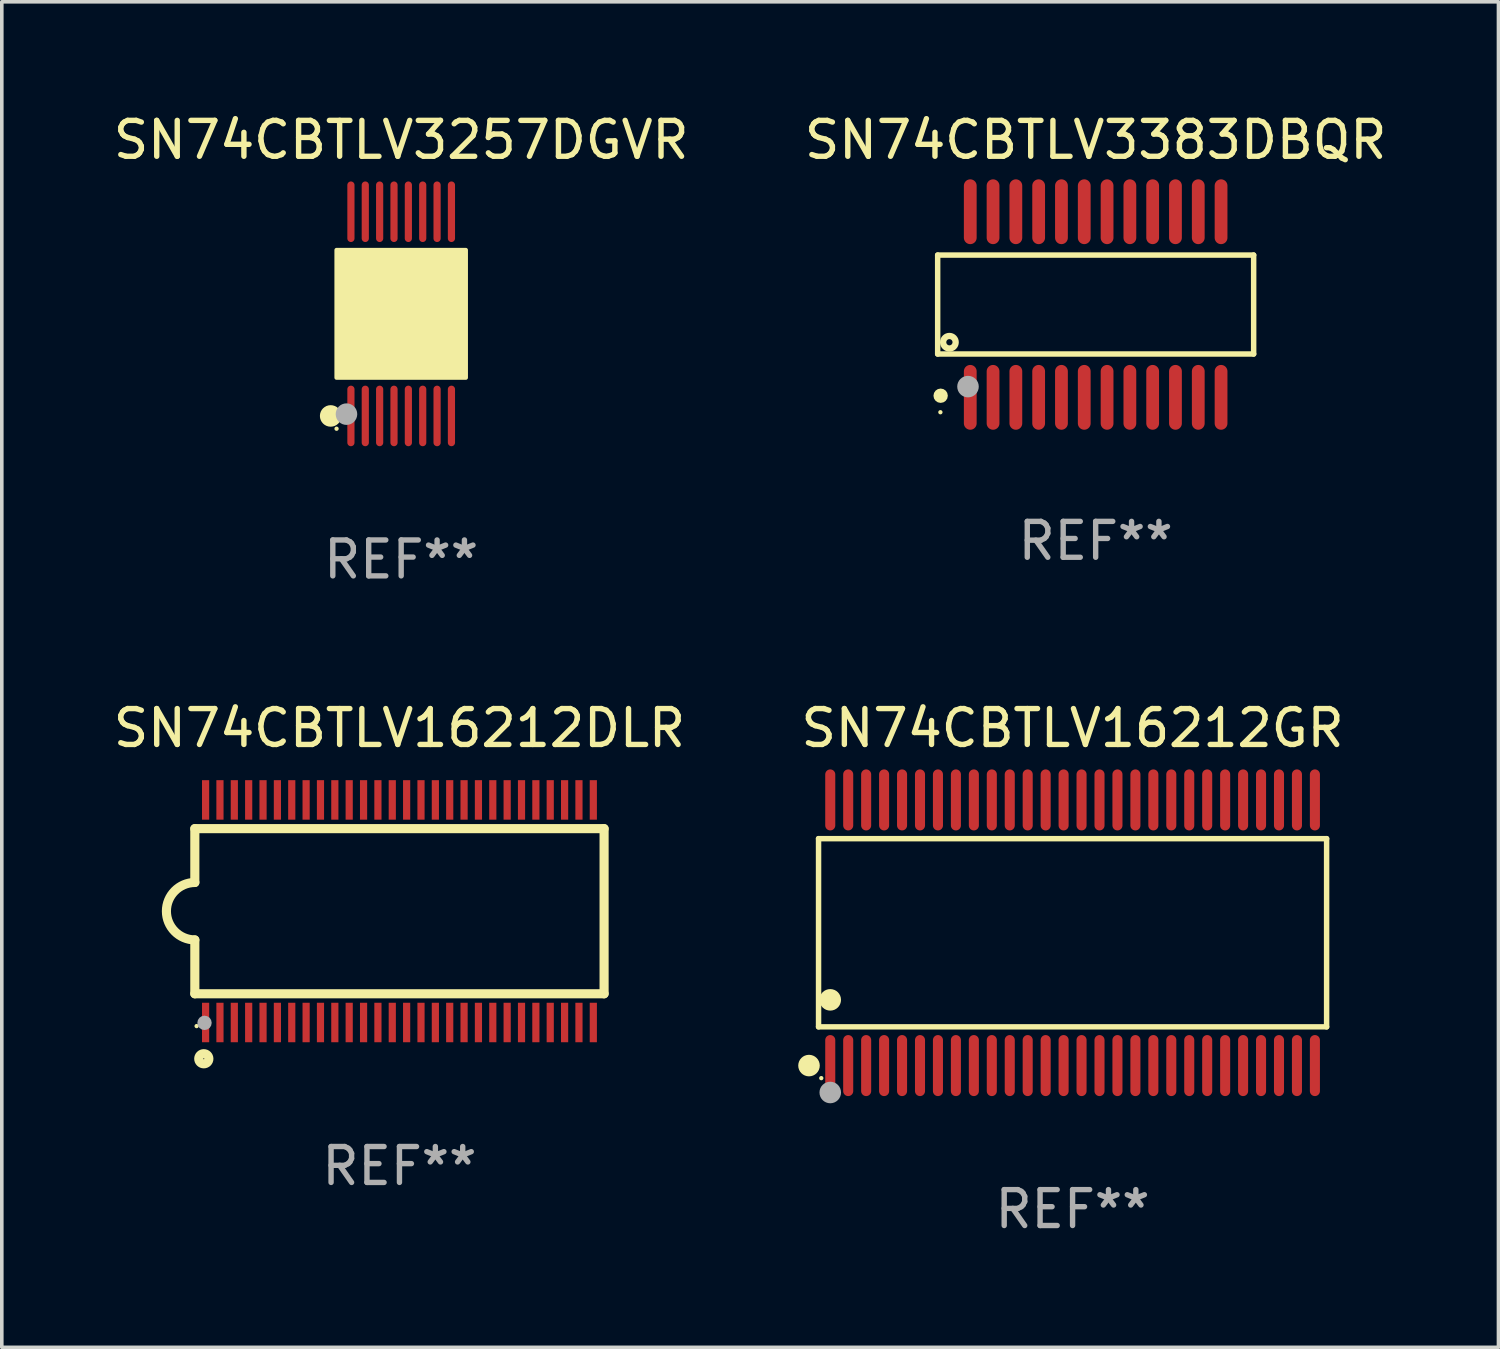
<source format=kicad_pcb>
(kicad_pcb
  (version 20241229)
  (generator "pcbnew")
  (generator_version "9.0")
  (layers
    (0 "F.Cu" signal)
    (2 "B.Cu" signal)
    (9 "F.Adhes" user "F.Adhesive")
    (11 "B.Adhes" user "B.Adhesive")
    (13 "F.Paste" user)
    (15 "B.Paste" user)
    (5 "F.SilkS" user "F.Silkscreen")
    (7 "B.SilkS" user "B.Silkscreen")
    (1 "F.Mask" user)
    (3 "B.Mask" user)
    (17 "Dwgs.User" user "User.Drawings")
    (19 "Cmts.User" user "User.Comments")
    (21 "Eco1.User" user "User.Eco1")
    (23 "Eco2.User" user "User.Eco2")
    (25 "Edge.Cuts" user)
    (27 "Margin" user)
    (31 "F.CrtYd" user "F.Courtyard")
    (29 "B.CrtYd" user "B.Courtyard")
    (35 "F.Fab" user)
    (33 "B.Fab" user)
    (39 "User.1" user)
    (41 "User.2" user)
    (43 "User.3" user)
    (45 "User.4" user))
  (footprint "SN74CBTLV3257DGVR"
    (layer "F.Cu")
    (at 8.125 5.692)
    (property "Reference" "SN74CBTLV3257DGVR" (at 0 -4.844 0) (layer "F.SilkS") (effects (font (size 1 1) (thickness 0.15))))
    (attr through_hole)
    (fp_circle (center -1.964 2.844) (end -1.814 2.844) (stroke (width 0.3) (type solid)) (fill no) (layer "F.SilkS"))
    (fp_circle (center -1.8 3.2) (end -1.77 3.2) (stroke (width 0.06) (type solid)) (fill no) (layer "F.SilkS"))
    (fp_circle (center -1.4 1.019) (end -1.25 1.019) (stroke (width 0.3) (type solid)) (fill no) (layer "F.SilkS"))
    (fp_poly (pts (xy -1.8 -1.778) (xy 1.8 -1.778) (xy 1.8 1.778) (xy -1.8 1.778)) (stroke (width 0.12) (type solid)) (fill yes) (layer "F.SilkS"))
    (fp_circle (center -1.524 2.794) (end -1.374 2.794) (stroke (width 0.3) (type solid)) (fill no) (layer "F.Fab"))
    (fp_text user "REF**" (at 0 6.844 0) (layer "F.Fab") (effects (font (size 1 1) (thickness 0.15))))
    (pad "1" smd oval (at -1.4 2.844) (size 0.2 1.687) (layers "F.Cu" "F.Mask" "F.Paste"))
    (pad "2" smd oval (at -1 2.844) (size 0.2 1.687) (layers "F.Cu" "F.Mask" "F.Paste"))
    (pad "3" smd oval (at -0.6 2.844) (size 0.2 1.687) (layers "F.Cu" "F.Mask" "F.Paste"))
    (pad "4" smd oval (at -0.2 2.844) (size 0.2 1.687) (layers "F.Cu" "F.Mask" "F.Paste"))
    (pad "5" smd oval (at 0.2 2.844) (size 0.2 1.687) (layers "F.Cu" "F.Mask" "F.Paste"))
    (pad "6" smd oval (at 0.6 2.844) (size 0.2 1.687) (layers "F.Cu" "F.Mask" "F.Paste"))
    (pad "7" smd oval (at 1 2.844) (size 0.2 1.687) (layers "F.Cu" "F.Mask" "F.Paste"))
    (pad "8" smd oval (at 1.4 2.844) (size 0.2 1.687) (layers "F.Cu" "F.Mask" "F.Paste"))
    (pad "9" smd oval (at 1.4 -2.844) (size 0.2 1.687) (layers "F.Cu" "F.Mask" "F.Paste"))
    (pad "10" smd oval (at 1 -2.844) (size 0.2 1.687) (layers "F.Cu" "F.Mask" "F.Paste"))
    (pad "11" smd oval (at 0.6 -2.844) (size 0.2 1.687) (layers "F.Cu" "F.Mask" "F.Paste"))
    (pad "12" smd oval (at 0.2 -2.844) (size 0.2 1.687) (layers "F.Cu" "F.Mask" "F.Paste"))
    (pad "13" smd oval (at -0.2 -2.844) (size 0.2 1.687) (layers "F.Cu" "F.Mask" "F.Paste"))
    (pad "14" smd oval (at -0.6 -2.844) (size 0.2 1.687) (layers "F.Cu" "F.Mask" "F.Paste"))
    (pad "15" smd oval (at -1 -2.844) (size 0.2 1.687) (layers "F.Cu" "F.Mask" "F.Paste"))
    (pad "16" smd oval (at -1.4 -2.844) (size 0.2 1.687) (layers "F.Cu" "F.Mask" "F.Paste")))
  (footprint "SN74CBTLV16212GR"
    (layer "F.Cu")
    (at 26.827 22.932)
    (property "Reference" "SN74CBTLV16212GR" (at 0 -5.7 0) (layer "F.SilkS") (effects (font (size 1 1) (thickness 0.15))))
    (attr through_hole)
    (fp_line (start -7.076 -2.621) (end 7.076 -2.621) (stroke (width 0.152) (type solid)) (layer "F.SilkS"))
    (fp_line (start -7.076 2.621) (end -7.076 -2.621) (stroke (width 0.152) (type solid)) (layer "F.SilkS"))
    (fp_line (start 7.076 -2.621) (end 7.076 2.621) (stroke (width 0.152) (type solid)) (layer "F.SilkS"))
    (fp_line (start 7.076 2.621) (end -7.076 2.621) (stroke (width 0.152) (type solid)) (layer "F.SilkS"))
    (fp_circle (center -7.342 3.7) (end -7.192 3.7) (stroke (width 0.3) (type solid)) (fill no) (layer "F.SilkS"))
    (fp_circle (center -7 4.05) (end -6.97 4.05) (stroke (width 0.06) (type solid)) (fill no) (layer "F.SilkS"))
    (fp_circle (center -6.75 1.869) (end -6.6 1.869) (stroke (width 0.3) (type solid)) (fill no) (layer "F.SilkS"))
    (fp_circle (center -6.75 4.45) (end -6.6 4.45) (stroke (width 0.3) (type solid)) (fill no) (layer "F.Fab"))
    (fp_text user "REF**" (at 0 7.7 0) (layer "F.Fab") (effects (font (size 1 1) (thickness 0.15))))
    (pad "1" smd oval (at -6.75 3.7) (size 0.28 1.7) (layers "F.Cu" "F.Mask" "F.Paste"))
    (pad "2" smd oval (at -6.25 3.7) (size 0.28 1.7) (layers "F.Cu" "F.Mask" "F.Paste"))
    (pad "3" smd oval (at -5.75 3.7) (size 0.28 1.7) (layers "F.Cu" "F.Mask" "F.Paste"))
    (pad "4" smd oval (at -5.25 3.7) (size 0.28 1.7) (layers "F.Cu" "F.Mask" "F.Paste"))
    (pad "5" smd oval (at -4.75 3.7) (size 0.28 1.7) (layers "F.Cu" "F.Mask" "F.Paste"))
    (pad "6" smd oval (at -4.25 3.7) (size 0.28 1.7) (layers "F.Cu" "F.Mask" "F.Paste"))
    (pad "7" smd oval (at -3.75 3.7) (size 0.28 1.7) (layers "F.Cu" "F.Mask" "F.Paste"))
    (pad "8" smd oval (at -3.25 3.7) (size 0.28 1.7) (layers "F.Cu" "F.Mask" "F.Paste"))
    (pad "9" smd oval (at -2.75 3.7) (size 0.28 1.7) (layers "F.Cu" "F.Mask" "F.Paste"))
    (pad "10" smd oval (at -2.25 3.7) (size 0.28 1.7) (layers "F.Cu" "F.Mask" "F.Paste"))
    (pad "11" smd oval (at -1.75 3.7) (size 0.28 1.7) (layers "F.Cu" "F.Mask" "F.Paste"))
    (pad "12" smd oval (at -1.25 3.7) (size 0.28 1.7) (layers "F.Cu" "F.Mask" "F.Paste"))
    (pad "13" smd oval (at -0.75 3.7) (size 0.28 1.7) (layers "F.Cu" "F.Mask" "F.Paste"))
    (pad "14" smd oval (at -0.25 3.7) (size 0.28 1.7) (layers "F.Cu" "F.Mask" "F.Paste"))
    (pad "15" smd oval (at 0.25 3.7) (size 0.28 1.7) (layers "F.Cu" "F.Mask" "F.Paste"))
    (pad "16" smd oval (at 0.75 3.7) (size 0.28 1.7) (layers "F.Cu" "F.Mask" "F.Paste"))
    (pad "17" smd oval (at 1.25 3.7) (size 0.28 1.7) (layers "F.Cu" "F.Mask" "F.Paste"))
    (pad "18" smd oval (at 1.75 3.7) (size 0.28 1.7) (layers "F.Cu" "F.Mask" "F.Paste"))
    (pad "19" smd oval (at 2.25 3.7) (size 0.28 1.7) (layers "F.Cu" "F.Mask" "F.Paste"))
    (pad "20" smd oval (at 2.75 3.7) (size 0.28 1.7) (layers "F.Cu" "F.Mask" "F.Paste"))
    (pad "21" smd oval (at 3.25 3.7) (size 0.28 1.7) (layers "F.Cu" "F.Mask" "F.Paste"))
    (pad "22" smd oval (at 3.75 3.7) (size 0.28 1.7) (layers "F.Cu" "F.Mask" "F.Paste"))
    (pad "23" smd oval (at 4.25 3.7) (size 0.28 1.7) (layers "F.Cu" "F.Mask" "F.Paste"))
    (pad "24" smd oval (at 4.75 3.7) (size 0.28 1.7) (layers "F.Cu" "F.Mask" "F.Paste"))
    (pad "25" smd oval (at 5.25 3.7) (size 0.28 1.7) (layers "F.Cu" "F.Mask" "F.Paste"))
    (pad "26" smd oval (at 5.75 3.7) (size 0.28 1.7) (layers "F.Cu" "F.Mask" "F.Paste"))
    (pad "27" smd oval (at 6.25 3.7) (size 0.28 1.7) (layers "F.Cu" "F.Mask" "F.Paste"))
    (pad "28" smd oval (at 6.75 3.7) (size 0.28 1.7) (layers "F.Cu" "F.Mask" "F.Paste"))
    (pad "29" smd oval (at 6.75 -3.7) (size 0.28 1.7) (layers "F.Cu" "F.Mask" "F.Paste"))
    (pad "30" smd oval (at 6.25 -3.7) (size 0.28 1.7) (layers "F.Cu" "F.Mask" "F.Paste"))
    (pad "31" smd oval (at 5.75 -3.7) (size 0.28 1.7) (layers "F.Cu" "F.Mask" "F.Paste"))
    (pad "32" smd oval (at 5.25 -3.7) (size 0.28 1.7) (layers "F.Cu" "F.Mask" "F.Paste"))
    (pad "33" smd oval (at 4.75 -3.7) (size 0.28 1.7) (layers "F.Cu" "F.Mask" "F.Paste"))
    (pad "34" smd oval (at 4.25 -3.7) (size 0.28 1.7) (layers "F.Cu" "F.Mask" "F.Paste"))
    (pad "35" smd oval (at 3.75 -3.7) (size 0.28 1.7) (layers "F.Cu" "F.Mask" "F.Paste"))
    (pad "36" smd oval (at 3.25 -3.7) (size 0.28 1.7) (layers "F.Cu" "F.Mask" "F.Paste"))
    (pad "37" smd oval (at 2.75 -3.7) (size 0.28 1.7) (layers "F.Cu" "F.Mask" "F.Paste"))
    (pad "38" smd oval (at 2.25 -3.7) (size 0.28 1.7) (layers "F.Cu" "F.Mask" "F.Paste"))
    (pad "39" smd oval (at 1.75 -3.7) (size 0.28 1.7) (layers "F.Cu" "F.Mask" "F.Paste"))
    (pad "40" smd oval (at 1.25 -3.7) (size 0.28 1.7) (layers "F.Cu" "F.Mask" "F.Paste"))
    (pad "41" smd oval (at 0.75 -3.7) (size 0.28 1.7) (layers "F.Cu" "F.Mask" "F.Paste"))
    (pad "42" smd oval (at 0.25 -3.7) (size 0.28 1.7) (layers "F.Cu" "F.Mask" "F.Paste"))
    (pad "43" smd oval (at -0.25 -3.7) (size 0.28 1.7) (layers "F.Cu" "F.Mask" "F.Paste"))
    (pad "44" smd oval (at -0.75 -3.7) (size 0.28 1.7) (layers "F.Cu" "F.Mask" "F.Paste"))
    (pad "45" smd oval (at -1.25 -3.7) (size 0.28 1.7) (layers "F.Cu" "F.Mask" "F.Paste"))
    (pad "46" smd oval (at -1.75 -3.7) (size 0.28 1.7) (layers "F.Cu" "F.Mask" "F.Paste"))
    (pad "47" smd oval (at -2.25 -3.7) (size 0.28 1.7) (layers "F.Cu" "F.Mask" "F.Paste"))
    (pad "48" smd oval (at -2.75 -3.7) (size 0.28 1.7) (layers "F.Cu" "F.Mask" "F.Paste"))
    (pad "49" smd oval (at -3.25 -3.7) (size 0.28 1.7) (layers "F.Cu" "F.Mask" "F.Paste"))
    (pad "50" smd oval (at -3.75 -3.7) (size 0.28 1.7) (layers "F.Cu" "F.Mask" "F.Paste"))
    (pad "51" smd oval (at -4.25 -3.7) (size 0.28 1.7) (layers "F.Cu" "F.Mask" "F.Paste"))
    (pad "52" smd oval (at -4.75 -3.7) (size 0.28 1.7) (layers "F.Cu" "F.Mask" "F.Paste"))
    (pad "53" smd oval (at -5.25 -3.7) (size 0.28 1.7) (layers "F.Cu" "F.Mask" "F.Paste"))
    (pad "54" smd oval (at -5.75 -3.7) (size 0.28 1.7) (layers "F.Cu" "F.Mask" "F.Paste"))
    (pad "55" smd oval (at -6.25 -3.7) (size 0.28 1.7) (layers "F.Cu" "F.Mask" "F.Paste"))
    (pad "56" smd oval (at -6.75 -3.7) (size 0.28 1.7) (layers "F.Cu" "F.Mask" "F.Paste")))
  (footprint "SN74CBTLV3383DBQR"
    (layer "F.Cu")
    (at 27.47 5.433)
    (property "Reference" "SN74CBTLV3383DBQR" (at 0 -4.585 0) (layer "F.SilkS") (effects (font (size 1 1) (thickness 0.15))))
    (attr through_hole)
    (fp_line (start -4.401 -1.378) (end 4.401 -1.378) (stroke (width 0.152) (type solid)) (layer "F.SilkS"))
    (fp_line (start -4.401 1.378) (end -4.401 -1.378) (stroke (width 0.152) (type solid)) (layer "F.SilkS"))
    (fp_line (start 4.401 -1.378) (end 4.401 1.378) (stroke (width 0.152) (type solid)) (layer "F.SilkS"))
    (fp_line (start 4.401 1.378) (end -4.401 1.378) (stroke (width 0.152) (type solid)) (layer "F.SilkS"))
    (fp_circle (center -4.325 3) (end -4.295 3) (stroke (width 0.06) (type solid)) (fill no) (layer "F.SilkS"))
    (fp_circle (center -4.318 2.54) (end -4.218 2.54) (stroke (width 0.2) (type solid)) (fill no) (layer "F.SilkS"))
    (fp_circle (center -4.074 1.05) (end -3.987 1.05) (stroke (width 0.175) (type solid)) (fill no) (layer "F.SilkS"))
    (fp_circle (center -3.556 2.286) (end -3.406 2.286) (stroke (width 0.3) (type solid)) (fill no) (layer "F.Fab"))
    (fp_text user "REF**" (at 0 6.585 0) (layer "F.Fab") (effects (font (size 1 1) (thickness 0.15))))
    (pad "1" smd oval (at -3.493 2.585) (size 0.356 1.805) (layers "F.Cu" "F.Mask" "F.Paste"))
    (pad "2" smd oval (at -2.858 2.585) (size 0.356 1.805) (layers "F.Cu" "F.Mask" "F.Paste"))
    (pad "3" smd oval (at -2.223 2.585) (size 0.356 1.805) (layers "F.Cu" "F.Mask" "F.Paste"))
    (pad "4" smd oval (at -1.588 2.585) (size 0.356 1.805) (layers "F.Cu" "F.Mask" "F.Paste"))
    (pad "5" smd oval (at -0.953 2.585) (size 0.356 1.805) (layers "F.Cu" "F.Mask" "F.Paste"))
    (pad "6" smd oval (at -0.318 2.585) (size 0.356 1.805) (layers "F.Cu" "F.Mask" "F.Paste"))
    (pad "7" smd oval (at 0.318 2.585) (size 0.356 1.805) (layers "F.Cu" "F.Mask" "F.Paste"))
    (pad "8" smd oval (at 0.953 2.585) (size 0.356 1.805) (layers "F.Cu" "F.Mask" "F.Paste"))
    (pad "9" smd oval (at 1.588 2.585) (size 0.356 1.805) (layers "F.Cu" "F.Mask" "F.Paste"))
    (pad "10" smd oval (at 2.223 2.585) (size 0.356 1.805) (layers "F.Cu" "F.Mask" "F.Paste"))
    (pad "11" smd oval (at 2.858 2.585) (size 0.356 1.805) (layers "F.Cu" "F.Mask" "F.Paste"))
    (pad "12" smd oval (at 3.493 2.585) (size 0.356 1.805) (layers "F.Cu" "F.Mask" "F.Paste"))
    (pad "13" smd oval (at 3.493 -2.585) (size 0.356 1.805) (layers "F.Cu" "F.Mask" "F.Paste"))
    (pad "14" smd oval (at 2.858 -2.585) (size 0.356 1.805) (layers "F.Cu" "F.Mask" "F.Paste"))
    (pad "15" smd oval (at 2.223 -2.585) (size 0.356 1.805) (layers "F.Cu" "F.Mask" "F.Paste"))
    (pad "16" smd oval (at 1.588 -2.585) (size 0.356 1.805) (layers "F.Cu" "F.Mask" "F.Paste"))
    (pad "17" smd oval (at 0.953 -2.585) (size 0.356 1.805) (layers "F.Cu" "F.Mask" "F.Paste"))
    (pad "18" smd oval (at 0.318 -2.585) (size 0.356 1.805) (layers "F.Cu" "F.Mask" "F.Paste"))
    (pad "19" smd oval (at -0.318 -2.585) (size 0.356 1.805) (layers "F.Cu" "F.Mask" "F.Paste"))
    (pad "20" smd oval (at -0.953 -2.585) (size 0.356 1.805) (layers "F.Cu" "F.Mask" "F.Paste"))
    (pad "21" smd oval (at -1.588 -2.585) (size 0.356 1.805) (layers "F.Cu" "F.Mask" "F.Paste"))
    (pad "22" smd oval (at -2.223 -2.585) (size 0.356 1.805) (layers "F.Cu" "F.Mask" "F.Paste"))
    (pad "23" smd oval (at -2.858 -2.585) (size 0.356 1.805) (layers "F.Cu" "F.Mask" "F.Paste"))
    (pad "24" smd oval (at -3.493 -2.585) (size 0.356 1.805) (layers "F.Cu" "F.Mask" "F.Paste")))
  (footprint "SN74CBTLV16212DLR"
    (layer "F.Cu")
    (at 8.077 22.332)
    (property "Reference" "SN74CBTLV16212DLR" (at 0 -5.1 0) (layer "F.SilkS") (effects (font (size 1 1) (thickness 0.15))))
    (attr through_hole)
    (fp_line (start -5.7 -2.3) (end -5.7 -0.8) (stroke (width 0.254) (type solid)) (layer "F.SilkS"))
    (fp_line (start -5.7 -2.3) (end 5.7 -2.3) (stroke (width 0.254) (type solid)) (layer "F.SilkS"))
    (fp_line (start -5.7 2.3) (end -5.7 0.8) (stroke (width 0.254) (type solid)) (layer "F.SilkS"))
    (fp_line (start -5.7 2.3) (end 5.7 2.3) (stroke (width 0.254) (type solid)) (layer "F.SilkS"))
    (fp_line (start 5.7 -2.3) (end 5.7 2.3) (stroke (width 0.254) (type solid)) (layer "F.SilkS"))
    (fp_arc (start -5.700013 0.800025) (mid -6.500343 -0.000382) (end -5.699962 -0.800737) (stroke (width 0.254001) (type solid)) (layer "F.SilkS"))
    (fp_circle (center -5.65 3.2) (end -5.62 3.2) (stroke (width 0.06) (type solid)) (fill no) (layer "F.SilkS"))
    (fp_circle (center -5.45 4.11) (end -5.309 4.11) (stroke (width 0.254) (type solid)) (fill no) (layer "F.SilkS"))
    (fp_circle (center -5.43 3.11) (end -5.33 3.11) (stroke (width 0.2) (type solid)) (fill no) (layer "F.Fab"))
    (fp_text user "REF**" (at 0 7.1 0) (layer "F.Fab") (effects (font (size 1 1) (thickness 0.15))))
    (pad "1" smd rect (at -5.4 3.1) (size 0.2 1.1) (layers "F.Cu" "F.Mask" "F.Paste"))
    (pad "2" smd rect (at -5 3.1) (size 0.2 1.1) (layers "F.Cu" "F.Mask" "F.Paste"))
    (pad "3" smd rect (at -4.6 3.1) (size 0.2 1.1) (layers "F.Cu" "F.Mask" "F.Paste"))
    (pad "4" smd rect (at -4.2 3.1) (size 0.2 1.1) (layers "F.Cu" "F.Mask" "F.Paste"))
    (pad "5" smd rect (at -3.8 3.1) (size 0.2 1.1) (layers "F.Cu" "F.Mask" "F.Paste"))
    (pad "6" smd rect (at -3.4 3.1) (size 0.2 1.1) (layers "F.Cu" "F.Mask" "F.Paste"))
    (pad "7" smd rect (at -3 3.1) (size 0.2 1.1) (layers "F.Cu" "F.Mask" "F.Paste"))
    (pad "8" smd rect (at -2.6 3.1) (size 0.2 1.1) (layers "F.Cu" "F.Mask" "F.Paste"))
    (pad "9" smd rect (at -2.2 3.1) (size 0.2 1.1) (layers "F.Cu" "F.Mask" "F.Paste"))
    (pad "10" smd rect (at -1.8 3.1) (size 0.2 1.1) (layers "F.Cu" "F.Mask" "F.Paste"))
    (pad "11" smd rect (at -1.4 3.1) (size 0.2 1.1) (layers "F.Cu" "F.Mask" "F.Paste"))
    (pad "12" smd rect (at -1 3.1) (size 0.2 1.1) (layers "F.Cu" "F.Mask" "F.Paste"))
    (pad "13" smd rect (at -0.6 3.1) (size 0.2 1.1) (layers "F.Cu" "F.Mask" "F.Paste"))
    (pad "14" smd rect (at -0.2 3.1) (size 0.2 1.1) (layers "F.Cu" "F.Mask" "F.Paste"))
    (pad "15" smd rect (at 0.2 3.1) (size 0.2 1.1) (layers "F.Cu" "F.Mask" "F.Paste"))
    (pad "16" smd rect (at 0.6 3.1) (size 0.2 1.1) (layers "F.Cu" "F.Mask" "F.Paste"))
    (pad "17" smd rect (at 1 3.1) (size 0.2 1.1) (layers "F.Cu" "F.Mask" "F.Paste"))
    (pad "18" smd rect (at 1.4 3.1) (size 0.2 1.1) (layers "F.Cu" "F.Mask" "F.Paste"))
    (pad "19" smd rect (at 1.8 3.1) (size 0.2 1.1) (layers "F.Cu" "F.Mask" "F.Paste"))
    (pad "20" smd rect (at 2.2 3.1) (size 0.2 1.1) (layers "F.Cu" "F.Mask" "F.Paste"))
    (pad "21" smd rect (at 2.6 3.1) (size 0.2 1.1) (layers "F.Cu" "F.Mask" "F.Paste"))
    (pad "22" smd rect (at 3 3.1) (size 0.2 1.1) (layers "F.Cu" "F.Mask" "F.Paste"))
    (pad "23" smd rect (at 3.4 3.1) (size 0.2 1.1) (layers "F.Cu" "F.Mask" "F.Paste"))
    (pad "24" smd rect (at 3.8 3.1) (size 0.2 1.1) (layers "F.Cu" "F.Mask" "F.Paste"))
    (pad "25" smd rect (at 4.2 3.1) (size 0.2 1.1) (layers "F.Cu" "F.Mask" "F.Paste"))
    (pad "26" smd rect (at 4.6 3.1) (size 0.2 1.1) (layers "F.Cu" "F.Mask" "F.Paste"))
    (pad "27" smd rect (at 5 3.1) (size 0.2 1.1) (layers "F.Cu" "F.Mask" "F.Paste"))
    (pad "28" smd rect (at 5.4 3.1) (size 0.2 1.1) (layers "F.Cu" "F.Mask" "F.Paste"))
    (pad "29" smd rect (at 5.4 -3.1) (size 0.2 1.1) (layers "F.Cu" "F.Mask" "F.Paste"))
    (pad "30" smd rect (at 5 -3.1) (size 0.2 1.1) (layers "F.Cu" "F.Mask" "F.Paste"))
    (pad "31" smd rect (at 4.6 -3.1) (size 0.2 1.1) (layers "F.Cu" "F.Mask" "F.Paste"))
    (pad "32" smd rect (at 4.2 -3.1) (size 0.2 1.1) (layers "F.Cu" "F.Mask" "F.Paste"))
    (pad "33" smd rect (at 3.8 -3.1) (size 0.2 1.1) (layers "F.Cu" "F.Mask" "F.Paste"))
    (pad "34" smd rect (at 3.4 -3.1) (size 0.2 1.1) (layers "F.Cu" "F.Mask" "F.Paste"))
    (pad "35" smd rect (at 3 -3.1) (size 0.2 1.1) (layers "F.Cu" "F.Mask" "F.Paste"))
    (pad "36" smd rect (at 2.6 -3.1) (size 0.2 1.1) (layers "F.Cu" "F.Mask" "F.Paste"))
    (pad "37" smd rect (at 2.2 -3.1) (size 0.2 1.1) (layers "F.Cu" "F.Mask" "F.Paste"))
    (pad "38" smd rect (at 1.8 -3.1) (size 0.2 1.1) (layers "F.Cu" "F.Mask" "F.Paste"))
    (pad "39" smd rect (at 1.4 -3.1) (size 0.2 1.1) (layers "F.Cu" "F.Mask" "F.Paste"))
    (pad "40" smd rect (at 1 -3.1) (size 0.2 1.1) (layers "F.Cu" "F.Mask" "F.Paste"))
    (pad "41" smd rect (at 0.6 -3.1) (size 0.2 1.1) (layers "F.Cu" "F.Mask" "F.Paste"))
    (pad "42" smd rect (at 0.2 -3.1) (size 0.2 1.1) (layers "F.Cu" "F.Mask" "F.Paste"))
    (pad "43" smd rect (at -0.2 -3.1) (size 0.2 1.1) (layers "F.Cu" "F.Mask" "F.Paste"))
    (pad "44" smd rect (at -0.6 -3.1) (size 0.2 1.1) (layers "F.Cu" "F.Mask" "F.Paste"))
    (pad "45" smd rect (at -1 -3.1) (size 0.2 1.1) (layers "F.Cu" "F.Mask" "F.Paste"))
    (pad "46" smd rect (at -1.4 -3.1) (size 0.2 1.1) (layers "F.Cu" "F.Mask" "F.Paste"))
    (pad "47" smd rect (at -1.8 -3.1) (size 0.2 1.1) (layers "F.Cu" "F.Mask" "F.Paste"))
    (pad "48" smd rect (at -2.2 -3.1) (size 0.2 1.1) (layers "F.Cu" "F.Mask" "F.Paste"))
    (pad "49" smd rect (at -2.6 -3.1) (size 0.2 1.1) (layers "F.Cu" "F.Mask" "F.Paste"))
    (pad "50" smd rect (at -3 -3.1) (size 0.2 1.1) (layers "F.Cu" "F.Mask" "F.Paste"))
    (pad "51" smd rect (at -3.4 -3.1) (size 0.2 1.1) (layers "F.Cu" "F.Mask" "F.Paste"))
    (pad "52" smd rect (at -3.8 -3.1) (size 0.2 1.1) (layers "F.Cu" "F.Mask" "F.Paste"))
    (pad "53" smd rect (at -4.2 -3.1) (size 0.2 1.1) (layers "F.Cu" "F.Mask" "F.Paste"))
    (pad "54" smd rect (at -4.6 -3.1) (size 0.2 1.1) (layers "F.Cu" "F.Mask" "F.Paste"))
    (pad "55" smd rect (at -5 -3.1) (size 0.2 1.1) (layers "F.Cu" "F.Mask" "F.Paste"))
    (pad "56" smd rect (at -5.4 -3.1) (size 0.2 1.1) (layers "F.Cu" "F.Mask" "F.Paste")))
  (gr_rect
    (start -3 -3)
    (end 38.69 34.48)
    (stroke (width 0.1) (type default))
    (fill no)
    (layer "Edge.Cuts")))
</source>
